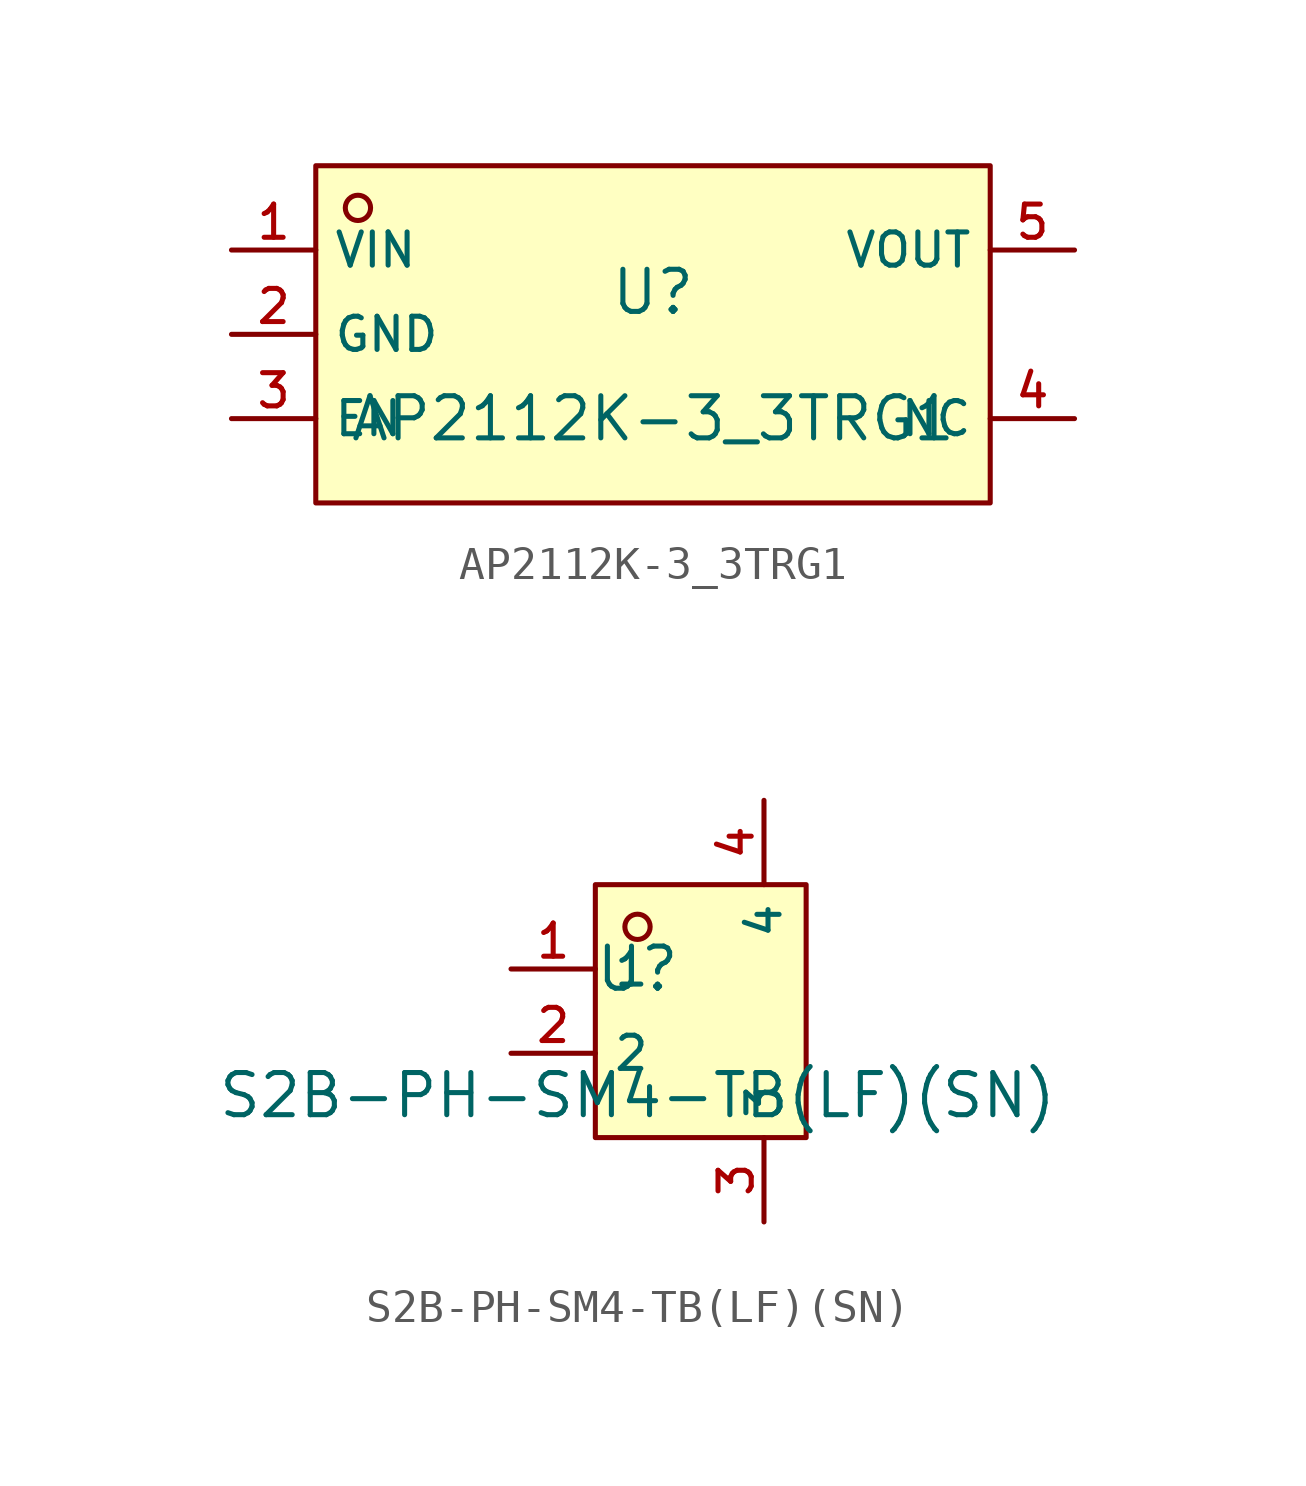
<source format=kicad_sym>
(kicad_symbol_lib
  (version 20210201)
  (generator TousstNicolas/JLC2KiCad_lib)
  (symbol "AP2112K-3_3TRG1"
    (property "Reference" "U"
      (at 0 1.27 0)
      (effects (font (size 1.27 1.27))))
    (property "Value" "AP2112K-3_3TRG1"
      (at 0 -2.54 0)
      (effects (font (size 1.27 1.27))))
    (symbol "AP2112K-3_3TRG1_0_1"
      (rectangle (start -10.16 5.08) (end 10.16 -5.08) (stroke (width 0) (type default) (color 0 0 0 0)) (fill (type background)))
      (circle (center -8.89 3.81) (radius 0.381) (stroke (width 0) (type default) (color 0 0 0 0)) (fill (type background)))
      (pin unspecified line (at -12.7 2.54 0) (length 2.54) (name "VIN" (effects (font (size 1 1)))) (number "1" (effects (font (size 1 1)))))
      (pin unspecified line (at -12.7 -0.0 0) (length 2.54) (name "GND" (effects (font (size 1 1)))) (number "2" (effects (font (size 1 1)))))
      (pin unspecified line (at -12.7 -2.54 0) (length 2.54) (name "EN" (effects (font (size 1 1)))) (number "3" (effects (font (size 1 1)))))
      (pin unspecified line (at 12.7 -2.54 180) (length 2.54) (name "NC" (effects (font (size 1 1)))) (number "4" (effects (font (size 1 1)))))
      (pin unspecified line (at 12.7 2.54 180) (length 2.54) (name "VOUT" (effects (font (size 1 1)))) (number "5" (effects (font (size 1 1)))))))
  (symbol "S2B-PH-SM4-TB(LF)(SN)"
    (property "Reference" "U"
      (at 0 1.27 0)
      (effects (font (size 1.27 1.27))))
    (property "Value" "S2B-PH-SM4-TB(LF)(SN)"
      (at 0 -2.54 0)
      (effects (font (size 1.27 1.27))))
    (symbol "S2B-PH-SM4-TB(LF)(SN)_0_1"
      (rectangle (start -1.27 3.81) (end 5.08 -3.81) (stroke (width 0) (type default) (color 0 0 0 0)) (fill (type background)))
      (circle (center 0.0 2.54) (radius 0.381) (stroke (width 0) (type default) (color 0 0 0 0)) (fill (type background)))
      (pin unspecified line (at -3.81 1.27 0) (length 2.54) (name "1" (effects (font (size 1 1)))) (number "1" (effects (font (size 1 1)))))
      (pin unspecified line (at -3.81 -1.27 0) (length 2.54) (name "2" (effects (font (size 1 1)))) (number "2" (effects (font (size 1 1)))))
      (pin unspecified line (at 3.81 -6.35 90) (length 2.54) (name "3" (effects (font (size 1 1)))) (number "3" (effects (font (size 1 1)))))
      (pin unspecified line (at 3.81 6.35 270) (length 2.54) (name "4" (effects (font (size 1 1)))) (number "4" (effects (font (size 1 1))))))))
</source>
